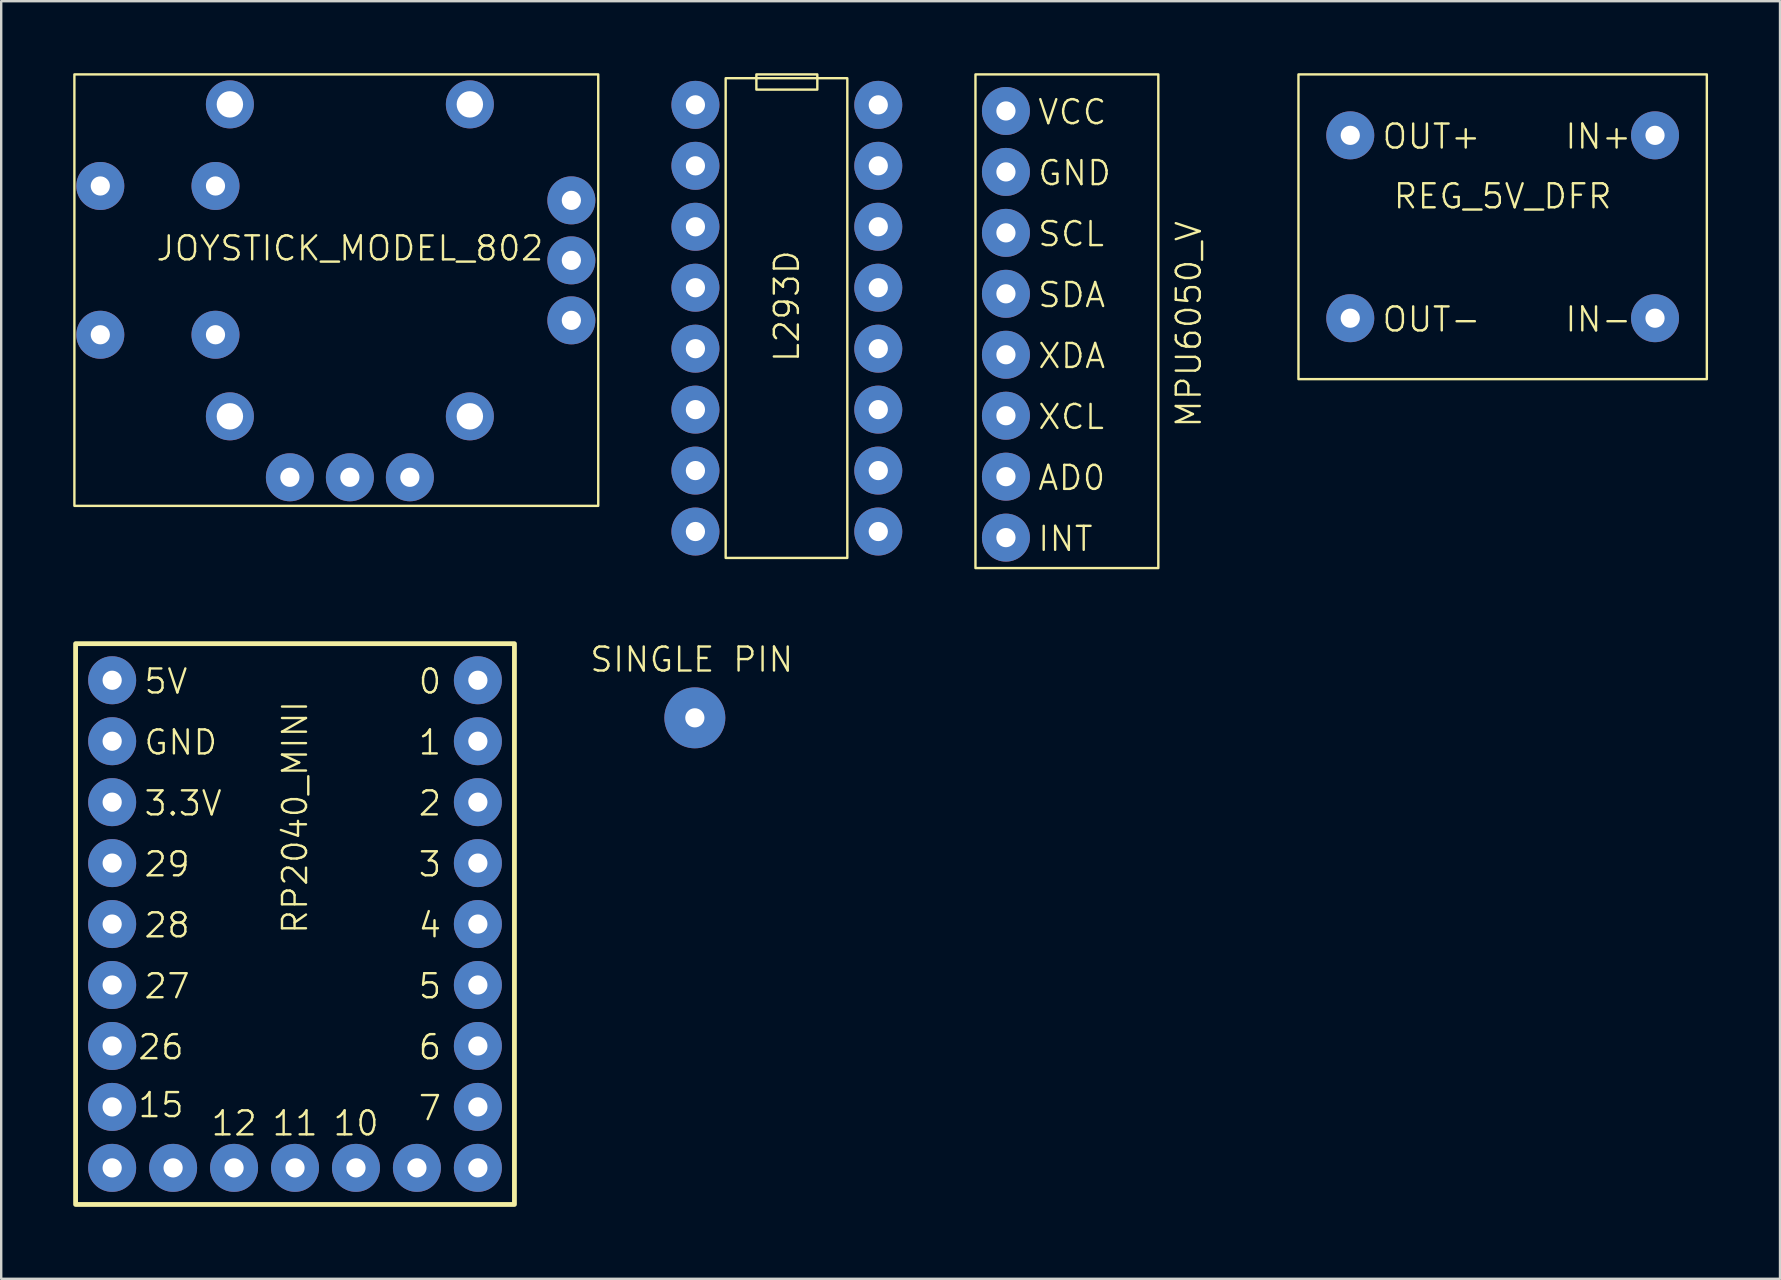
<source format=kicad_pcb>
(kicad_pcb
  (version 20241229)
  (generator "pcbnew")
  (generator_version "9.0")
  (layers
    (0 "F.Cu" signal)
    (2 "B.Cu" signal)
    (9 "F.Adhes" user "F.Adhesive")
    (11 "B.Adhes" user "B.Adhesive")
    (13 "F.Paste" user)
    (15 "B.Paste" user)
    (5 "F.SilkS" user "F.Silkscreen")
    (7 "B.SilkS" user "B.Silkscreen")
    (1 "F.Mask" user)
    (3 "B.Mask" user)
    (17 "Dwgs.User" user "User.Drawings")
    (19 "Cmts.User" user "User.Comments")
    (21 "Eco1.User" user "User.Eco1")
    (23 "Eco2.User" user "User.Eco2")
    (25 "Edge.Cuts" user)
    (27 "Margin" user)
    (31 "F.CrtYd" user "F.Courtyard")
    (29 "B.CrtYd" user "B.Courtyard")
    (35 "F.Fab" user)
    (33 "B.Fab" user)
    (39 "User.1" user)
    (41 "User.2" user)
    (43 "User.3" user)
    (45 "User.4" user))
  (footprint "L293D"
    (layer "F.Cu")
    (at 29.74 10.21)
    (property "Reference" "L293D" (at 0 -0.5 90) (unlocked yes) (layer "F.SilkS") (effects (font (size 1 1) (thickness 0.1))))
    (attr through_hole)
    (fp_rect (start -2.55 -10) (end 2.52 9.99) (stroke (width 0.1) (type default)) (fill no) (layer "F.SilkS"))
    (fp_rect (start -1.27 -10.16) (end 1.27 -9.525) (stroke (width 0.1) (type default)) (fill no) (layer "F.SilkS"))
    (pad "1" thru_hole circle (at -3.81 -8.89) (size 2 2) (drill 0.8) (layers "*.Cu" "*.Mask"))
    (pad "2" thru_hole circle (at -3.81 -6.35) (size 2 2) (drill 0.8) (layers "*.Cu" "*.Mask"))
    (pad "3" thru_hole circle (at -3.81 -3.81) (size 2 2) (drill 0.8) (layers "*.Cu" "*.Mask"))
    (pad "4" thru_hole circle (at -3.81 -1.27) (size 2 2) (drill 0.8) (layers "*.Cu" "*.Mask"))
    (pad "5" thru_hole circle (at -3.81 1.27) (size 2 2) (drill 0.8) (layers "*.Cu" "*.Mask"))
    (pad "6" thru_hole circle (at -3.81 3.81) (size 2 2) (drill 0.8) (layers "*.Cu" "*.Mask"))
    (pad "7" thru_hole circle (at -3.81 6.35) (size 2 2) (drill 0.8) (layers "*.Cu" "*.Mask"))
    (pad "8" thru_hole circle (at -3.81 8.89) (size 2 2) (drill 0.8) (layers "*.Cu" "*.Mask"))
    (pad "9" thru_hole circle (at 3.81 8.89) (size 2 2) (drill 0.8) (layers "*.Cu" "*.Mask"))
    (pad "10" thru_hole circle (at 3.81 6.35) (size 2 2) (drill 0.8) (layers "*.Cu" "*.Mask"))
    (pad "11" thru_hole circle (at 3.81 3.81) (size 2 2) (drill 0.8) (layers "*.Cu" "*.Mask"))
    (pad "12" thru_hole circle (at 3.81 1.27) (size 2 2) (drill 0.8) (layers "*.Cu" "*.Mask"))
    (pad "13" thru_hole circle (at 3.81 -1.27) (size 2 2) (drill 0.8) (layers "*.Cu" "*.Mask"))
    (pad "14" thru_hole circle (at 3.81 -3.81) (size 2 2) (drill 0.8) (layers "*.Cu" "*.Mask"))
    (pad "15" thru_hole circle (at 3.81 -6.35) (size 2 2) (drill 0.8) (layers "*.Cu" "*.Mask"))
    (pad "16" thru_hole circle (at 3.81 -8.89) (size 2 2) (drill 0.8) (layers "*.Cu" "*.Mask")))
  (footprint "SINGLE PIN"
    (layer "F.Cu")
    (at 25.906 26.864)
    (property "Reference" "SINGLE PIN" (at -0.13 -2.43 0) (unlocked yes) (layer "F.SilkS") (effects (font (size 1 1) (thickness 0.1))))
    (attr through_hole)
    (pad "1" thru_hole circle (at 0 0) (size 2.54 2.54) (drill 0.8) (layers "*.Cu" "*.Mask")))
  (footprint "RP2040_MINI"
    (layer "F.Cu")
    (at 9.244 35.458)
    (property "Reference" "RP2040_MINI" (at 0 -4.445 90) (unlocked yes) (layer "F.SilkS") (effects (font (size 1 1) (thickness 0.1))))
    (attr through_hole)
    (fp_rect (start -9.144 -11.684) (end 9.144 11.684) (stroke (width 0.2) (type default)) (fill no) (layer "F.SilkS"))
    (fp_text user "3" (at 5.08 -1.905 0) (unlocked yes) (layer "F.SilkS") (effects (font (size 1 1) (thickness 0.1)) (justify left bottom)))
    (fp_text user "28" (at -6.35 0.635 0) (unlocked yes) (layer "F.SilkS") (effects (font (size 1 1) (thickness 0.1)) (justify left bottom)))
    (fp_text user "4" (at 5.08 0.635 0) (unlocked yes) (layer "F.SilkS") (effects (font (size 1 1) (thickness 0.1)) (justify left bottom)))
    (fp_text user "1" (at 5.08 -6.985 0) (unlocked yes) (layer "F.SilkS") (effects (font (size 1 1) (thickness 0.1)) (justify left bottom)))
    (fp_text user "26" (at -6.604 5.715 0) (unlocked yes) (layer "F.SilkS") (effects (font (size 1 1) (thickness 0.1)) (justify left bottom)))
    (fp_text user "11" (at -1.016 8.89 0) (unlocked yes) (layer "F.SilkS") (effects (font (size 1 1) (thickness 0.1)) (justify left bottom)))
    (fp_text user "10" (at 1.524 8.89 0) (unlocked yes) (layer "F.SilkS") (effects (font (size 1 1) (thickness 0.1)) (justify left bottom)))
    (fp_text user "3.3V" (at -6.35 -4.445 0) (unlocked yes) (layer "F.SilkS") (effects (font (size 1 1) (thickness 0.1)) (justify left bottom)))
    (fp_text user "5V" (at -6.35 -9.525 0) (unlocked yes) (layer "F.SilkS") (effects (font (size 1 1) (thickness 0.1)) (justify left bottom)))
    (fp_text user "2" (at 5.08 -4.445 0) (unlocked yes) (layer "F.SilkS") (effects (font (size 1 1) (thickness 0.1)) (justify left bottom)))
    (fp_text user "GND" (at -6.35 -6.985 0) (unlocked yes) (layer "F.SilkS") (effects (font (size 1 1) (thickness 0.1)) (justify left bottom)))
    (fp_text user "29" (at -6.35 -1.905 0) (unlocked yes) (layer "F.SilkS") (effects (font (size 1 1) (thickness 0.1)) (justify left bottom)))
    (fp_text user "7" (at 5.08 8.255 0) (unlocked yes) (layer "F.SilkS") (effects (font (size 1 1) (thickness 0.1)) (justify left bottom)))
    (fp_text user "6" (at 5.08 5.715 0) (unlocked yes) (layer "F.SilkS") (effects (font (size 1 1) (thickness 0.1)) (justify left bottom)))
    (fp_text user "27" (at -6.35 3.175 0) (unlocked yes) (layer "F.SilkS") (effects (font (size 1 1) (thickness 0.1)) (justify left bottom)))
    (fp_text user "5" (at 5.08 3.175 0) (unlocked yes) (layer "F.SilkS") (effects (font (size 1 1) (thickness 0.1)) (justify left bottom)))
    (fp_text user "15" (at -6.604 8.128 0) (unlocked yes) (layer "F.SilkS") (effects (font (size 1 1) (thickness 0.1)) (justify left bottom)))
    (fp_text user "0" (at 5.08 -9.525 0) (unlocked yes) (layer "F.SilkS") (effects (font (size 1 1) (thickness 0.1)) (justify left bottom)))
    (fp_text user "12" (at -3.556 8.89 0) (unlocked yes) (layer "F.SilkS") (effects (font (size 1 1) (thickness 0.1)) (justify left bottom)))
    (pad "1" thru_hole circle (at 7.62 -10.16) (size 2 2) (drill 0.8) (layers "*.Cu" "*.Mask"))
    (pad "2" thru_hole circle (at 7.62 -7.62) (size 2 2) (drill 0.8) (layers "*.Cu" "*.Mask"))
    (pad "3" thru_hole circle (at 7.62 -5.08) (size 2 2) (drill 0.8) (layers "*.Cu" "*.Mask"))
    (pad "4" thru_hole circle (at 7.62 -2.54) (size 2 2) (drill 0.8) (layers "*.Cu" "*.Mask"))
    (pad "5" thru_hole circle (at 7.62 0) (size 2 2) (drill 0.8) (layers "*.Cu" "*.Mask"))
    (pad "6" thru_hole circle (at 7.62 2.54) (size 2 2) (drill 0.8) (layers "*.Cu" "*.Mask"))
    (pad "7" thru_hole circle (at 7.62 5.08) (size 2 2) (drill 0.8) (layers "*.Cu" "*.Mask"))
    (pad "8" thru_hole circle (at 7.62 7.62) (size 2 2) (drill 0.8) (layers "*.Cu" "*.Mask"))
    (pad "9" thru_hole circle (at 7.62 10.16) (size 2 2) (drill 0.8) (layers "*.Cu" "*.Mask"))
    (pad "10" thru_hole circle (at 5.08 10.16) (size 2 2) (drill 0.8) (layers "*.Cu" "*.Mask"))
    (pad "11" thru_hole circle (at 2.54 10.16) (size 2 2) (drill 0.8) (layers "*.Cu" "*.Mask"))
    (pad "12" thru_hole circle (at 0 10.16) (size 2 2) (drill 0.8) (layers "*.Cu" "*.Mask"))
    (pad "13" thru_hole circle (at -2.54 10.16) (size 2 2) (drill 0.8) (layers "*.Cu" "*.Mask"))
    (pad "14" thru_hole circle (at -5.08 10.16) (size 2 2) (drill 0.8) (layers "*.Cu" "*.Mask"))
    (pad "15" thru_hole circle (at -7.62 10.16) (size 2 2) (drill 0.8) (layers "*.Cu" "*.Mask"))
    (pad "16" thru_hole circle (at -7.62 7.62) (size 2 2) (drill 0.8) (layers "*.Cu" "*.Mask"))
    (pad "17" thru_hole circle (at -7.62 5.08) (size 2 2) (drill 0.8) (layers "*.Cu" "*.Mask"))
    (pad "18" thru_hole circle (at -7.62 2.54) (size 2 2) (drill 0.8) (layers "*.Cu" "*.Mask"))
    (pad "19" thru_hole circle (at -7.62 0) (size 2 2) (drill 0.8) (layers "*.Cu" "*.Mask"))
    (pad "20" thru_hole circle (at -7.62 -2.54) (size 2 2) (drill 0.8) (layers "*.Cu" "*.Mask"))
    (pad "21" thru_hole circle (at -7.62 -5.08) (size 2 2) (drill 0.8) (layers "*.Cu" "*.Mask"))
    (pad "22" thru_hole circle (at -7.62 -7.62) (size 2 2) (drill 0.8) (layers "*.Cu" "*.Mask"))
    (pad "23" thru_hole circle (at -7.62 -10.16) (size 2 2) (drill 0.8) (layers "*.Cu" "*.Mask")))
  (footprint "REG_5V_DFR"
    (layer "F.Cu")
    (at 59.569 6.4)
    (property "Reference" "REG_5V_DFR" (at 0 -1.27 0) (unlocked yes) (layer "F.SilkS") (effects (font (size 1 1) (thickness 0.1))))
    (attr through_hole)
    (fp_rect (start -8.509 -6.35) (end 8.509 6.35) (stroke (width 0.1) (type default)) (fill no) (layer "F.SilkS"))
    (fp_text user "IN+" (at 2.54 -3.175 0) (unlocked yes) (layer "F.SilkS") (effects (font (size 1 1) (thickness 0.1)) (justify left bottom)))
    (fp_text user "OUT+" (at -5.08 -3.175 0) (unlocked yes) (layer "F.SilkS") (effects (font (size 1 1) (thickness 0.1)) (justify left bottom)))
    (fp_text user "IN-" (at 2.54 4.445 0) (unlocked yes) (layer "F.SilkS") (effects (font (size 1 1) (thickness 0.1)) (justify left bottom)))
    (fp_text user "OUT-" (at -5.08 4.445 0) (unlocked yes) (layer "F.SilkS") (effects (font (size 1 1) (thickness 0.1)) (justify left bottom)))
    (pad "1" thru_hole circle (at 6.35 -3.81) (size 2 2) (drill 0.8) (layers "*.Cu" "*.Mask"))
    (pad "2" thru_hole circle (at 6.35 3.81) (size 2 2) (drill 0.8) (layers "*.Cu" "*.Mask"))
    (pad "3" thru_hole circle (at -6.35 -3.81) (size 2 2) (drill 0.8) (layers "*.Cu" "*.Mask"))
    (pad "4" thru_hole circle (at -6.35 3.81) (size 2 2) (drill 0.8) (layers "*.Cu" "*.Mask")))
  (footprint "MPU6050_V"
    (layer "F.Cu")
    (at 47.76 15.544)
    (property "Reference" "MPU6050_V" (at -1.27 -5.08 90) (unlocked yes) (layer "F.SilkS") (effects (font (size 1 1) (thickness 0.1))))
    (attr through_hole)
    (fp_rect (start -10.16 -15.494) (end -2.54 5.08) (stroke (width 0.1) (type default)) (fill no) (layer "F.SilkS"))
    (fp_text user "SDA" (at -7.62 -5.715 0) (unlocked yes) (layer "F.SilkS") (effects (font (size 1 1) (thickness 0.1)) (justify left bottom)))
    (fp_text user "XDA" (at -7.62 -3.175 0) (unlocked yes) (layer "F.SilkS") (effects (font (size 1 1) (thickness 0.1)) (justify left bottom)))
    (fp_text user "AD0" (at -7.62 1.905 0) (unlocked yes) (layer "F.SilkS") (effects (font (size 1 1) (thickness 0.1)) (justify left bottom)))
    (fp_text user "XCL" (at -7.62 -0.635 0) (unlocked yes) (layer "F.SilkS") (effects (font (size 1 1) (thickness 0.1)) (justify left bottom)))
    (fp_text user "VCC" (at -7.62 -13.335 0) (unlocked yes) (layer "F.SilkS") (effects (font (size 1 1) (thickness 0.1)) (justify left bottom)))
    (fp_text user "SCL" (at -7.62 -8.255 0) (unlocked yes) (layer "F.SilkS") (effects (font (size 1 1) (thickness 0.1)) (justify left bottom)))
    (fp_text user "INT" (at -7.62 4.445 0) (unlocked yes) (layer "F.SilkS") (effects (font (size 1 1) (thickness 0.1)) (justify left bottom)))
    (fp_text user "GND" (at -7.62 -10.795 0) (unlocked yes) (layer "F.SilkS") (effects (font (size 1 1) (thickness 0.1)) (justify left bottom)))
    (pad "1" thru_hole circle (at -8.89 -13.97) (size 2 2) (drill 0.8) (layers "*.Cu" "*.Mask"))
    (pad "2" thru_hole circle (at -8.89 -11.43) (size 2 2) (drill 0.8) (layers "*.Cu" "*.Mask"))
    (pad "3" thru_hole circle (at -8.89 -8.89) (size 2 2) (drill 0.8) (layers "*.Cu" "*.Mask"))
    (pad "4" thru_hole circle (at -8.89 -6.35) (size 2 2) (drill 0.8) (layers "*.Cu" "*.Mask"))
    (pad "5" thru_hole circle (at -8.89 -3.81) (size 2 2) (drill 0.8) (layers "*.Cu" "*.Mask"))
    (pad "6" thru_hole circle (at -8.89 -1.27) (size 2 2) (drill 0.8) (layers "*.Cu" "*.Mask"))
    (pad "7" thru_hole circle (at -8.89 1.27) (size 2 2) (drill 0.8) (layers "*.Cu" "*.Mask"))
    (pad "8" thru_hole circle (at -8.89 3.81) (size 2 2) (drill 0.8) (layers "*.Cu" "*.Mask")))
  (footprint "JOYSTICK_MODEL_802"
    (layer "F.Cu")
    (at 11.53 7.8)
    (property "Reference" "JOYSTICK_MODEL_802" (at 0 -0.5 0) (unlocked yes) (layer "F.SilkS") (effects (font (size 1 1) (thickness 0.1))))
    (attr through_hole)
    (fp_rect (start -11.48 -7.75) (end 10.35 10.23) (stroke (width 0.1) (type default)) (fill no) (layer "F.SilkS"))
    (pad "1" thru_hole circle (at -2.5 9.04) (size 2 2) (drill 0.8) (layers "*.Cu" "*.Mask"))
    (pad "2" thru_hole circle (at 0 9.04) (size 2 2) (drill 0.8) (layers "*.Cu" "*.Mask"))
    (pad "3" thru_hole circle (at 2.5 9.04) (size 2 2) (drill 0.8) (layers "*.Cu" "*.Mask"))
    (pad "4" thru_hole circle (at 9.23 2.5) (size 2 2) (drill 0.8) (layers "*.Cu" "*.Mask"))
    (pad "5" thru_hole circle (at 9.23 0) (size 2 2) (drill 0.8) (layers "*.Cu" "*.Mask"))
    (pad "6" thru_hole circle (at 9.23 -2.5) (size 2 2) (drill 0.8) (layers "*.Cu" "*.Mask"))
    (pad "7" thru_hole circle (at -5.6 -3.1) (size 2 2) (drill 0.8) (layers "*.Cu" "*.Mask"))
    (pad "8" thru_hole circle (at -5.6 3.1) (size 2 2) (drill 0.8) (layers "*.Cu" "*.Mask"))
    (pad "9" thru_hole circle (at -10.4 -3.1) (size 2 2) (drill 0.8) (layers "*.Cu" "*.Mask"))
    (pad "10" thru_hole circle (at -10.4 3.1) (size 2 2) (drill 0.8) (layers "*.Cu" "*.Mask"))
    (pad "11" thru_hole circle (at 5 6.5) (size 2 2) (drill 1.1) (layers "*.Cu" "*.Mask"))
    (pad "12" thru_hole circle (at 5 -6.5) (size 2 2) (drill 1.1) (layers "*.Cu" "*.Mask"))
    (pad "13" thru_hole circle (at -5 6.5) (size 2 2) (drill 1.1) (layers "*.Cu" "*.Mask"))
    (pad "14" thru_hole circle (at -5 -6.5) (size 2 2) (drill 1.1) (layers "*.Cu" "*.Mask")))
  (gr_rect
    (start -3 -3)
    (end 71.128 50.242)
    (stroke (width 0.1) (type default))
    (fill no)
    (layer "Edge.Cuts")))
</source>
